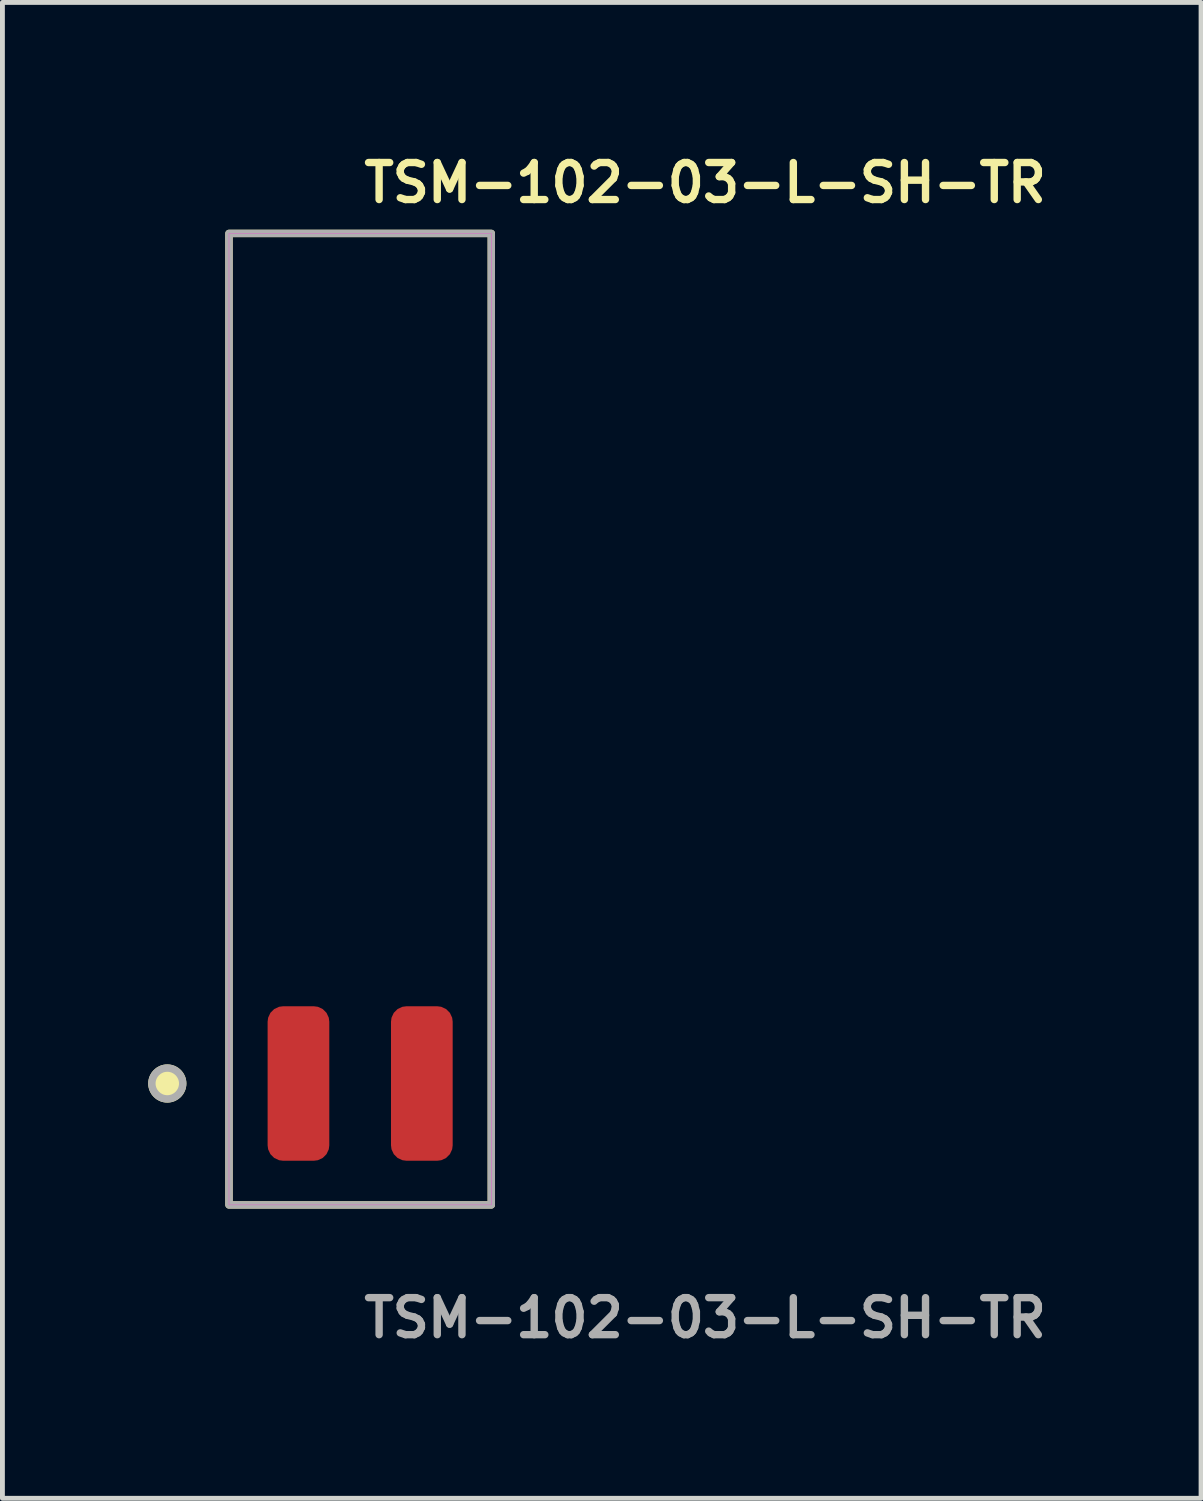
<source format=kicad_pcb>
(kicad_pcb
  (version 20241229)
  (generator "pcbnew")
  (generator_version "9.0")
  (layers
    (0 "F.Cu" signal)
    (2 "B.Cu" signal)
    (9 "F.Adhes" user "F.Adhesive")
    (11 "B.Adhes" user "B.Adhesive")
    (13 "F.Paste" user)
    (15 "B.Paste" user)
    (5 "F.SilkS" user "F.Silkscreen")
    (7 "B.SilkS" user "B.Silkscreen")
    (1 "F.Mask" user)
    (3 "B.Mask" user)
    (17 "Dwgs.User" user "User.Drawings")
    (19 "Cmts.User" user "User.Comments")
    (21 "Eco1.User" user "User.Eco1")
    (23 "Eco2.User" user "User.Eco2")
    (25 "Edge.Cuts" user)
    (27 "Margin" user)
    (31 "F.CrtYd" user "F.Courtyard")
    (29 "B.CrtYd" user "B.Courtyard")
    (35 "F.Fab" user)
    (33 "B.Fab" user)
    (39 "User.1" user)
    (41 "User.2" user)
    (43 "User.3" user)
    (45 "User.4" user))
  (footprint "TSM-102-03-L-SH-TR"
    (layer "F.Cu")
    (at 4.364 19.255)
    (property "Reference" "TSM-102-03-L-SH-TR" (at 0 -18.542 0) (unlocked yes) (layer "F.SilkS") (effects (font (size 0.762 0.762) (thickness 0.152)) (justify left)))
    (fp_rect (start -2.7 2.5) (end 2.7 -17.5) (stroke (width 0.152) (type solid)) (fill no) (layer "F.SilkS"))
    (fp_circle (center -3.97 0) (end -4.287 0) (stroke (width 0.152) (type solid)) (fill yes) (layer "F.SilkS"))
    (fp_rect (start -2.7 2.5) (end 2.7 -17.5) (stroke (width 0.006) (type solid)) (fill no) (layer "F.CrtYd"))
    (fp_rect (start -2.7 2.5) (end 2.7 -17.5) (stroke (width 0.152) (type solid)) (fill no) (layer "F.Fab"))
    (fp_circle (center -3.97 0) (end -4.287 0) (stroke (width 0.152) (type solid)) (fill no) (layer "F.Fab"))
    (fp_text user "${REFERENCE}" (at 0 4.826 0) (unlocked yes) (layer "F.Fab") (effects (font (size 0.762 0.762) (thickness 0.152)) (justify left)))
    (pad "1" smd roundrect (at -1.27 0) (size 1.27 3.18) (layers "F.Cu" "F.Paste") (roundrect_rratio 0.25))
    (pad "2" smd roundrect (at 1.27 0) (size 1.27 3.18) (layers "F.Cu" "F.Paste") (roundrect_rratio 0.25)))
  (gr_rect
    (start -3 -3)
    (end 21.675 27.794)
    (stroke (width 0.1) (type default))
    (fill no)
    (layer "Edge.Cuts")))
</source>
